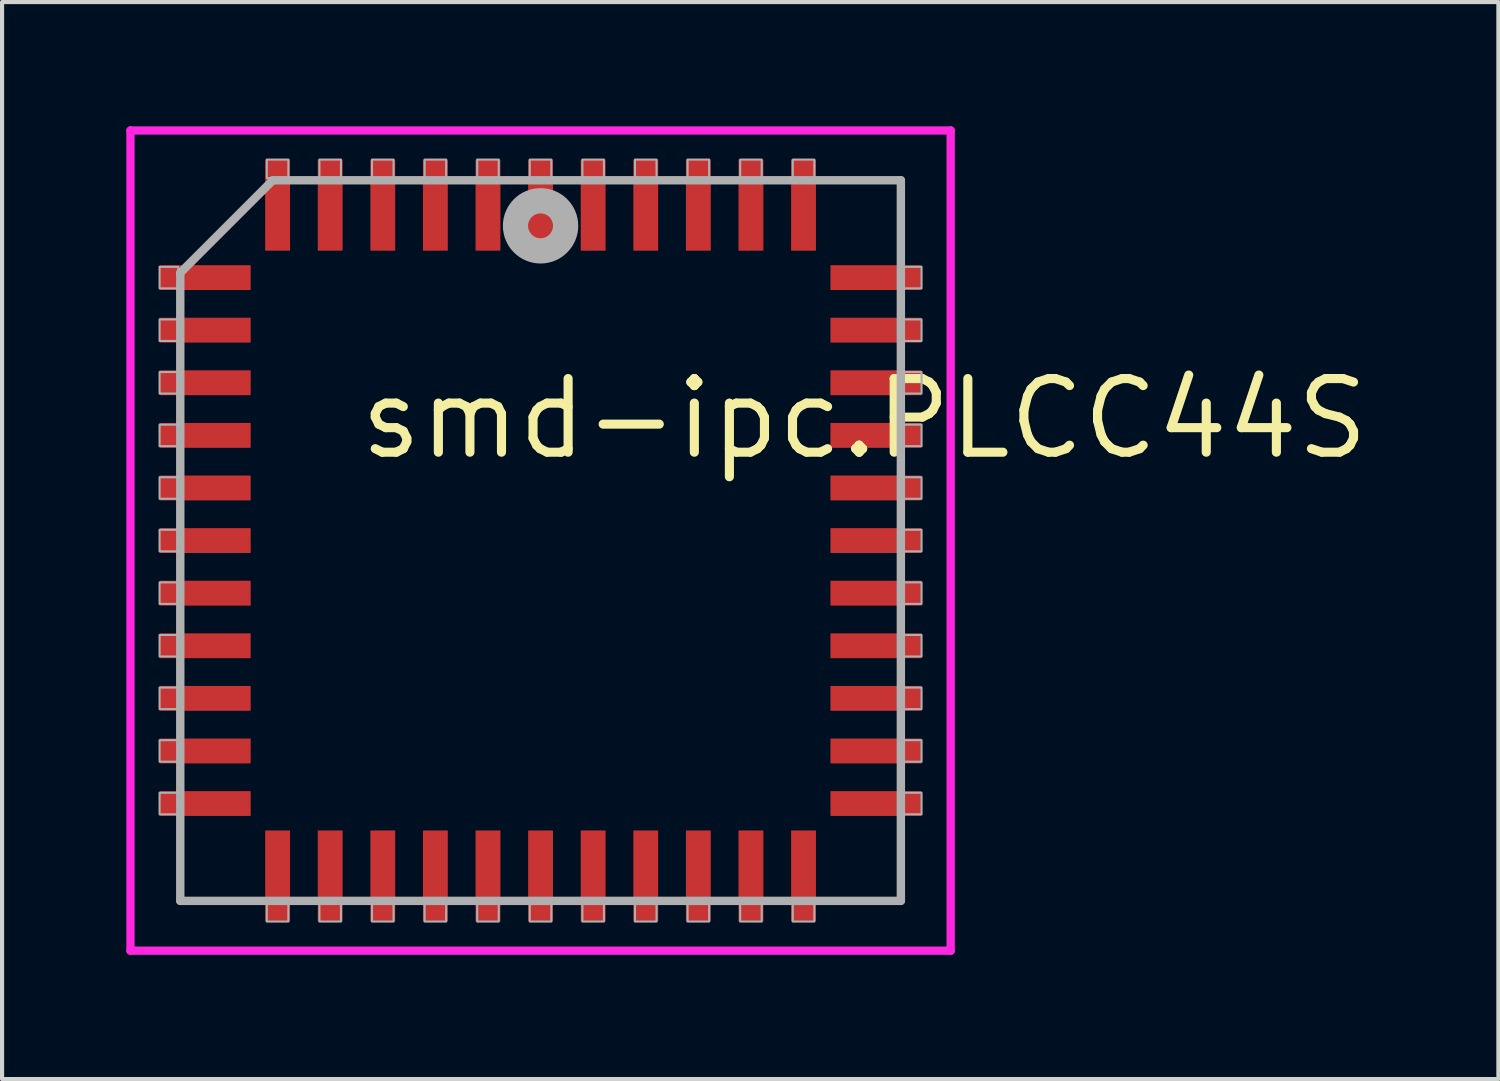
<source format=kicad_pcb>
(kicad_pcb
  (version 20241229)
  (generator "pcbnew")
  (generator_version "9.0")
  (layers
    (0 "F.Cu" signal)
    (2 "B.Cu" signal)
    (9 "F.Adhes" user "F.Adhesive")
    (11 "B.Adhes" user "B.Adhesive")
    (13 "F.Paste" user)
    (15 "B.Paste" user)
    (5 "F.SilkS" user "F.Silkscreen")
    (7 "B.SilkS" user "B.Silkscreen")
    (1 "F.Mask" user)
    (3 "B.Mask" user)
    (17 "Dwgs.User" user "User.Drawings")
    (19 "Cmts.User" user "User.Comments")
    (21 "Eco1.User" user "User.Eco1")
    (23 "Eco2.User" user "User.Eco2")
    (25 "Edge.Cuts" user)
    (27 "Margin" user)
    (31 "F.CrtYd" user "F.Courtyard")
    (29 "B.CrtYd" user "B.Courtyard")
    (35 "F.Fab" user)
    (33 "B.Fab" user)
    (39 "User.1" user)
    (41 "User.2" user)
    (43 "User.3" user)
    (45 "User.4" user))
  (footprint "smd-ipc.PLCC44S"
    (layer "F.Cu")
    (at 10.003 10.003)
    (property "Reference" "smd-ipc.PLCC44S" (at -4.475 -1.905 0) (layer "F.SilkS") (effects (font (size 1.778 1.778) (thickness 0.22)) (justify left bottom)))
    (attr smd)
    (fp_line (start -9.903 -9.903) (end 9.903 -9.903) (stroke (width 0.2) (type default)) (layer "F.CrtYd"))
    (fp_line (start -9.903 9.903) (end -9.903 -9.903) (stroke (width 0.2) (type default)) (layer "F.CrtYd"))
    (fp_line (start 9.903 -9.903) (end 9.903 9.903) (stroke (width 0.2) (type default)) (layer "F.CrtYd"))
    (fp_line (start 9.903 9.903) (end -9.903 9.903) (stroke (width 0.2) (type default)) (layer "F.CrtYd"))
    (fp_line (start -8.7 -6.465) (end -8.7 8.7) (stroke (width 0.203) (type default)) (layer "F.Fab"))
    (fp_line (start -8.7 8.7) (end 8.7 8.7) (stroke (width 0.203) (type default)) (layer "F.Fab"))
    (fp_line (start -6.465 -8.7) (end -8.7 -6.465) (stroke (width 0.203) (type default)) (layer "F.Fab"))
    (fp_line (start 8.7 -8.7) (end -6.465 -8.7) (stroke (width 0.203) (type default)) (layer "F.Fab"))
    (fp_line (start 8.7 8.7) (end 8.7 -8.7) (stroke (width 0.203) (type default)) (layer "F.Fab"))
    (fp_rect (start -9.2 -6.09) (end -8.75 -6.61) (stroke (width 0.05) (type default)) (fill no) (layer "F.Fab"))
    (fp_rect (start -9.2 -4.82) (end -8.75 -5.34) (stroke (width 0.05) (type default)) (fill no) (layer "F.Fab"))
    (fp_rect (start -9.2 -3.55) (end -8.75 -4.07) (stroke (width 0.05) (type default)) (fill no) (layer "F.Fab"))
    (fp_rect (start -9.2 -2.28) (end -8.75 -2.8) (stroke (width 0.05) (type default)) (fill no) (layer "F.Fab"))
    (fp_rect (start -9.2 -1.01) (end -8.75 -1.53) (stroke (width 0.05) (type default)) (fill no) (layer "F.Fab"))
    (fp_rect (start -9.2 0.26) (end -8.75 -0.26) (stroke (width 0.05) (type default)) (fill no) (layer "F.Fab"))
    (fp_rect (start -9.2 1.53) (end -8.75 1.01) (stroke (width 0.05) (type default)) (fill no) (layer "F.Fab"))
    (fp_rect (start -9.2 2.8) (end -8.75 2.28) (stroke (width 0.05) (type default)) (fill no) (layer "F.Fab"))
    (fp_rect (start -9.2 4.07) (end -8.75 3.55) (stroke (width 0.05) (type default)) (fill no) (layer "F.Fab"))
    (fp_rect (start -9.2 5.34) (end -8.75 4.82) (stroke (width 0.05) (type default)) (fill no) (layer "F.Fab"))
    (fp_rect (start -9.2 6.61) (end -8.75 6.09) (stroke (width 0.05) (type default)) (fill no) (layer "F.Fab"))
    (fp_rect (start -6.61 -8.75) (end -6.09 -9.2) (stroke (width 0.05) (type default)) (fill no) (layer "F.Fab"))
    (fp_rect (start -6.61 9.2) (end -6.09 8.75) (stroke (width 0.05) (type default)) (fill no) (layer "F.Fab"))
    (fp_rect (start -5.34 -8.75) (end -4.82 -9.2) (stroke (width 0.05) (type default)) (fill no) (layer "F.Fab"))
    (fp_rect (start -5.34 9.2) (end -4.82 8.75) (stroke (width 0.05) (type default)) (fill no) (layer "F.Fab"))
    (fp_rect (start -4.07 -8.75) (end -3.55 -9.2) (stroke (width 0.05) (type default)) (fill no) (layer "F.Fab"))
    (fp_rect (start -4.07 9.2) (end -3.55 8.75) (stroke (width 0.05) (type default)) (fill no) (layer "F.Fab"))
    (fp_rect (start -2.8 -8.75) (end -2.28 -9.2) (stroke (width 0.05) (type default)) (fill no) (layer "F.Fab"))
    (fp_rect (start -2.8 9.2) (end -2.28 8.75) (stroke (width 0.05) (type default)) (fill no) (layer "F.Fab"))
    (fp_rect (start -1.53 -8.75) (end -1.01 -9.2) (stroke (width 0.05) (type default)) (fill no) (layer "F.Fab"))
    (fp_rect (start -1.53 9.2) (end -1.01 8.75) (stroke (width 0.05) (type default)) (fill no) (layer "F.Fab"))
    (fp_rect (start -0.26 -8.75) (end 0.26 -9.2) (stroke (width 0.05) (type default)) (fill no) (layer "F.Fab"))
    (fp_rect (start -0.26 9.2) (end 0.26 8.75) (stroke (width 0.05) (type default)) (fill no) (layer "F.Fab"))
    (fp_rect (start 1.01 -8.75) (end 1.53 -9.2) (stroke (width 0.05) (type default)) (fill no) (layer "F.Fab"))
    (fp_rect (start 1.01 9.2) (end 1.53 8.75) (stroke (width 0.05) (type default)) (fill no) (layer "F.Fab"))
    (fp_rect (start 2.28 -8.75) (end 2.8 -9.2) (stroke (width 0.05) (type default)) (fill no) (layer "F.Fab"))
    (fp_rect (start 2.28 9.2) (end 2.8 8.75) (stroke (width 0.05) (type default)) (fill no) (layer "F.Fab"))
    (fp_rect (start 3.55 -8.75) (end 4.07 -9.2) (stroke (width 0.05) (type default)) (fill no) (layer "F.Fab"))
    (fp_rect (start 3.55 9.2) (end 4.07 8.75) (stroke (width 0.05) (type default)) (fill no) (layer "F.Fab"))
    (fp_rect (start 4.82 -8.75) (end 5.34 -9.2) (stroke (width 0.05) (type default)) (fill no) (layer "F.Fab"))
    (fp_rect (start 4.82 9.2) (end 5.34 8.75) (stroke (width 0.05) (type default)) (fill no) (layer "F.Fab"))
    (fp_rect (start 6.09 -8.75) (end 6.61 -9.2) (stroke (width 0.05) (type default)) (fill no) (layer "F.Fab"))
    (fp_rect (start 6.09 9.2) (end 6.61 8.75) (stroke (width 0.05) (type default)) (fill no) (layer "F.Fab"))
    (fp_rect (start 8.75 -6.09) (end 9.2 -6.61) (stroke (width 0.05) (type default)) (fill no) (layer "F.Fab"))
    (fp_rect (start 8.75 -4.82) (end 9.2 -5.34) (stroke (width 0.05) (type default)) (fill no) (layer "F.Fab"))
    (fp_rect (start 8.75 -3.55) (end 9.2 -4.07) (stroke (width 0.05) (type default)) (fill no) (layer "F.Fab"))
    (fp_rect (start 8.75 -2.28) (end 9.2 -2.8) (stroke (width 0.05) (type default)) (fill no) (layer "F.Fab"))
    (fp_rect (start 8.75 -1.01) (end 9.2 -1.53) (stroke (width 0.05) (type default)) (fill no) (layer "F.Fab"))
    (fp_rect (start 8.75 0.26) (end 9.2 -0.26) (stroke (width 0.05) (type default)) (fill no) (layer "F.Fab"))
    (fp_rect (start 8.75 1.53) (end 9.2 1.01) (stroke (width 0.05) (type default)) (fill no) (layer "F.Fab"))
    (fp_rect (start 8.75 2.8) (end 9.2 2.28) (stroke (width 0.05) (type default)) (fill no) (layer "F.Fab"))
    (fp_rect (start 8.75 4.07) (end 9.2 3.55) (stroke (width 0.05) (type default)) (fill no) (layer "F.Fab"))
    (fp_rect (start 8.75 5.34) (end 9.2 4.82) (stroke (width 0.05) (type default)) (fill no) (layer "F.Fab"))
    (fp_rect (start 8.75 6.61) (end 9.2 6.09) (stroke (width 0.05) (type default)) (fill no) (layer "F.Fab"))
    (fp_circle (center 0 -7.6) (end 0.3 -7.6) (stroke (width 0.61) (type default)) (fill no) (layer "F.Fab"))
    (pad "1" smd roundrect (at 0 -8.1) (size 0.6 2.2) (layers "F.Cu" "F.Mask" "F.Paste") (roundrect_rratio 0.01))
    (pad "2" smd roundrect (at -1.27 -8.1) (size 0.6 2.2) (layers "F.Cu" "F.Mask" "F.Paste") (roundrect_rratio 0.01))
    (pad "3" smd roundrect (at -2.54 -8.1) (size 0.6 2.2) (layers "F.Cu" "F.Mask" "F.Paste") (roundrect_rratio 0.01))
    (pad "4" smd roundrect (at -3.81 -8.1) (size 0.6 2.2) (layers "F.Cu" "F.Mask" "F.Paste") (roundrect_rratio 0.01))
    (pad "5" smd roundrect (at -5.08 -8.1) (size 0.6 2.2) (layers "F.Cu" "F.Mask" "F.Paste") (roundrect_rratio 0.01))
    (pad "6" smd roundrect (at -6.35 -8.1) (size 0.6 2.2) (layers "F.Cu" "F.Mask" "F.Paste") (roundrect_rratio 0.01))
    (pad "7" smd roundrect (at -8.1 -6.35) (size 2.2 0.6) (layers "F.Cu" "F.Mask" "F.Paste") (roundrect_rratio 0.01))
    (pad "8" smd roundrect (at -8.1 -5.08) (size 2.2 0.6) (layers "F.Cu" "F.Mask" "F.Paste") (roundrect_rratio 0.01))
    (pad "9" smd roundrect (at -8.1 -3.81) (size 2.2 0.6) (layers "F.Cu" "F.Mask" "F.Paste") (roundrect_rratio 0.01))
    (pad "10" smd roundrect (at -8.1 -2.54) (size 2.2 0.6) (layers "F.Cu" "F.Mask" "F.Paste") (roundrect_rratio 0.01))
    (pad "11" smd roundrect (at -8.1 -1.27) (size 2.2 0.6) (layers "F.Cu" "F.Mask" "F.Paste") (roundrect_rratio 0.01))
    (pad "12" smd roundrect (at -8.1 0) (size 2.2 0.6) (layers "F.Cu" "F.Mask" "F.Paste") (roundrect_rratio 0.01))
    (pad "13" smd roundrect (at -8.1 1.27) (size 2.2 0.6) (layers "F.Cu" "F.Mask" "F.Paste") (roundrect_rratio 0.01))
    (pad "14" smd roundrect (at -8.1 2.54) (size 2.2 0.6) (layers "F.Cu" "F.Mask" "F.Paste") (roundrect_rratio 0.01))
    (pad "15" smd roundrect (at -8.1 3.81) (size 2.2 0.6) (layers "F.Cu" "F.Mask" "F.Paste") (roundrect_rratio 0.01))
    (pad "16" smd roundrect (at -8.1 5.08) (size 2.2 0.6) (layers "F.Cu" "F.Mask" "F.Paste") (roundrect_rratio 0.01))
    (pad "17" smd roundrect (at -8.1 6.35) (size 2.2 0.6) (layers "F.Cu" "F.Mask" "F.Paste") (roundrect_rratio 0.01))
    (pad "18" smd roundrect (at -6.35 8.1) (size 0.6 2.2) (layers "F.Cu" "F.Mask" "F.Paste") (roundrect_rratio 0.01))
    (pad "19" smd roundrect (at -5.08 8.1) (size 0.6 2.2) (layers "F.Cu" "F.Mask" "F.Paste") (roundrect_rratio 0.01))
    (pad "20" smd roundrect (at -3.81 8.1) (size 0.6 2.2) (layers "F.Cu" "F.Mask" "F.Paste") (roundrect_rratio 0.01))
    (pad "21" smd roundrect (at -2.54 8.1) (size 0.6 2.2) (layers "F.Cu" "F.Mask" "F.Paste") (roundrect_rratio 0.01))
    (pad "22" smd roundrect (at -1.27 8.1) (size 0.6 2.2) (layers "F.Cu" "F.Mask" "F.Paste") (roundrect_rratio 0.01))
    (pad "23" smd roundrect (at 0 8.1) (size 0.6 2.2) (layers "F.Cu" "F.Mask" "F.Paste") (roundrect_rratio 0.01))
    (pad "24" smd roundrect (at 1.27 8.1) (size 0.6 2.2) (layers "F.Cu" "F.Mask" "F.Paste") (roundrect_rratio 0.01))
    (pad "25" smd roundrect (at 2.54 8.1) (size 0.6 2.2) (layers "F.Cu" "F.Mask" "F.Paste") (roundrect_rratio 0.01))
    (pad "26" smd roundrect (at 3.81 8.1) (size 0.6 2.2) (layers "F.Cu" "F.Mask" "F.Paste") (roundrect_rratio 0.01))
    (pad "27" smd roundrect (at 5.08 8.1) (size 0.6 2.2) (layers "F.Cu" "F.Mask" "F.Paste") (roundrect_rratio 0.01))
    (pad "28" smd roundrect (at 6.35 8.1) (size 0.6 2.2) (layers "F.Cu" "F.Mask" "F.Paste") (roundrect_rratio 0.01))
    (pad "29" smd roundrect (at 8.1 6.35) (size 2.2 0.6) (layers "F.Cu" "F.Mask" "F.Paste") (roundrect_rratio 0.01))
    (pad "30" smd roundrect (at 8.1 5.08) (size 2.2 0.6) (layers "F.Cu" "F.Mask" "F.Paste") (roundrect_rratio 0.01))
    (pad "31" smd roundrect (at 8.1 3.81) (size 2.2 0.6) (layers "F.Cu" "F.Mask" "F.Paste") (roundrect_rratio 0.01))
    (pad "32" smd roundrect (at 8.1 2.54) (size 2.2 0.6) (layers "F.Cu" "F.Mask" "F.Paste") (roundrect_rratio 0.01))
    (pad "33" smd roundrect (at 8.1 1.27) (size 2.2 0.6) (layers "F.Cu" "F.Mask" "F.Paste") (roundrect_rratio 0.01))
    (pad "34" smd roundrect (at 8.1 0) (size 2.2 0.6) (layers "F.Cu" "F.Mask" "F.Paste") (roundrect_rratio 0.01))
    (pad "35" smd roundrect (at 8.1 -1.27) (size 2.2 0.6) (layers "F.Cu" "F.Mask" "F.Paste") (roundrect_rratio 0.01))
    (pad "36" smd roundrect (at 8.1 -2.54) (size 2.2 0.6) (layers "F.Cu" "F.Mask" "F.Paste") (roundrect_rratio 0.01))
    (pad "37" smd roundrect (at 8.1 -3.81) (size 2.2 0.6) (layers "F.Cu" "F.Mask" "F.Paste") (roundrect_rratio 0.01))
    (pad "38" smd roundrect (at 8.1 -5.08) (size 2.2 0.6) (layers "F.Cu" "F.Mask" "F.Paste") (roundrect_rratio 0.01))
    (pad "39" smd roundrect (at 8.1 -6.35) (size 2.2 0.6) (layers "F.Cu" "F.Mask" "F.Paste") (roundrect_rratio 0.01))
    (pad "40" smd roundrect (at 6.35 -8.1) (size 0.6 2.2) (layers "F.Cu" "F.Mask" "F.Paste") (roundrect_rratio 0.01))
    (pad "41" smd roundrect (at 5.08 -8.1) (size 0.6 2.2) (layers "F.Cu" "F.Mask" "F.Paste") (roundrect_rratio 0.01))
    (pad "42" smd roundrect (at 3.81 -8.1) (size 0.6 2.2) (layers "F.Cu" "F.Mask" "F.Paste") (roundrect_rratio 0.01))
    (pad "43" smd roundrect (at 2.54 -8.1) (size 0.6 2.2) (layers "F.Cu" "F.Mask" "F.Paste") (roundrect_rratio 0.01))
    (pad "44" smd roundrect (at 1.27 -8.1) (size 0.6 2.2) (layers "F.Cu" "F.Mask" "F.Paste") (roundrect_rratio 0.01)))
  (gr_rect
    (start -3 -3)
    (end 33.132 23.006)
    (stroke (width 0.1) (type default))
    (fill no)
    (layer "Edge.Cuts")))
</source>
